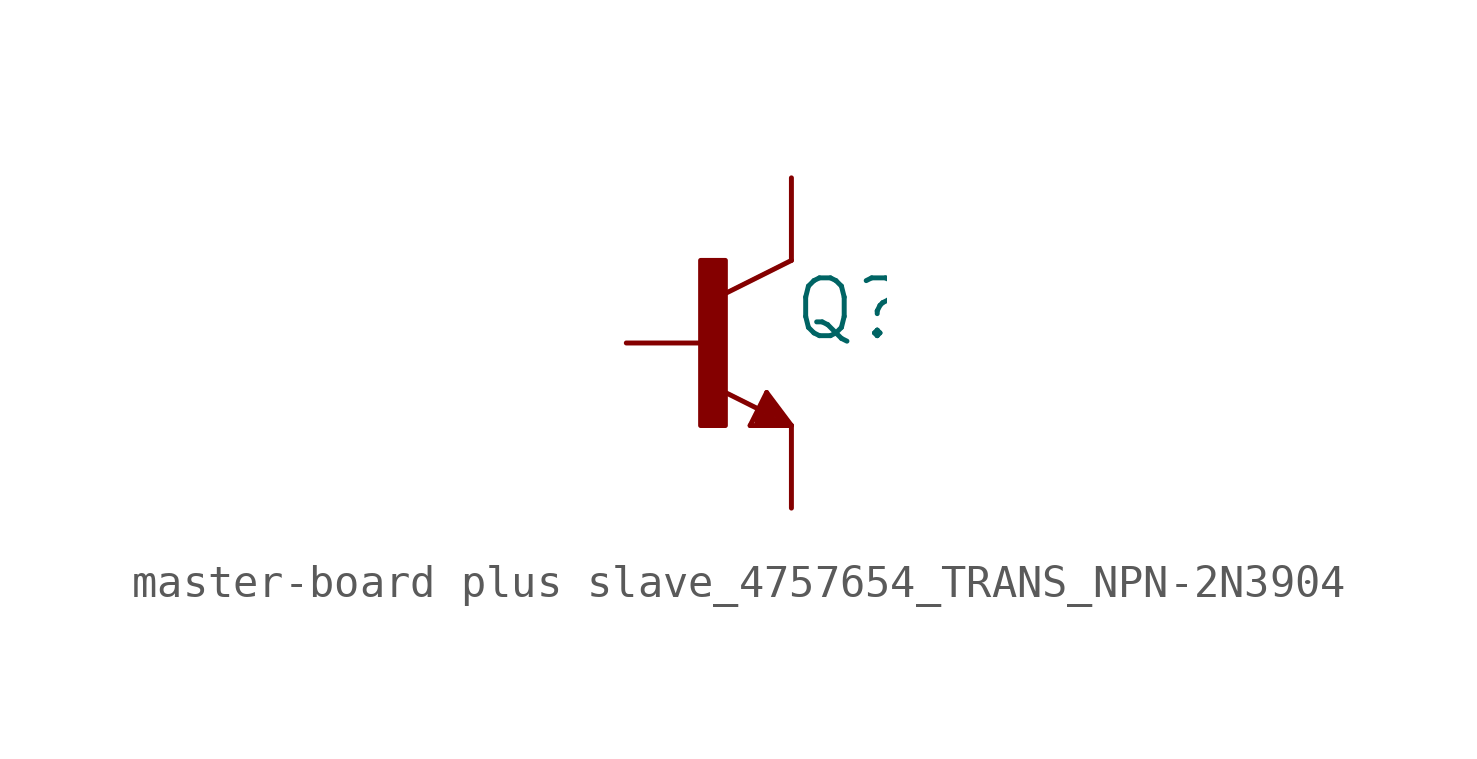
<source format=kicad_sym>
(kicad_symbol_lib
  (version 20241209)
  (generator "kicad_symbol_editor")
  (generator_version "9.0")
  (symbol "master-board plus slave_4757654_TRANS_NPN-2N3904"
    (property "Reference" "Q"
      (at 2.54 0 0)
      (effects (font (size 1.778 1.778)) (justify left bottom)))
    (property "Value" ""
      (at 2.54 -2.286 0)
      (effects (font (size 1.778 1.778)) (justify left bottom)))
    (property "ki_locked" ""
      (at 0 0 0)
      (effects (font (size 1.27 1.27))))
    (symbol "master-board plus slave_4757654_TRANS_NPN-2N3904_1_0"
      (rectangle (start -0.254 -2.54) (end 0.508 2.54) (stroke (width 0) (type default)) (fill (type outline)))
      (polyline (pts (xy 1.27 -2.54) (xy 1.778 -1.524)) (stroke (width 0.152) (type solid)) (fill (type none)))
      (polyline (pts (xy 1.524 -2.286) (xy 1.905 -2.286)) (stroke (width 0.254) (type solid)) (fill (type none)))
      (polyline (pts (xy 1.524 -2.413) (xy 2.286 -2.413)) (stroke (width 0.254) (type solid)) (fill (type none)))
      (polyline (pts (xy 1.54 -2.04) (xy 0.308 -1.424)) (stroke (width 0.152) (type solid)) (fill (type none)))
      (polyline (pts (xy 1.778 -1.524) (xy 2.54 -2.54)) (stroke (width 0.152) (type solid)) (fill (type none)))
      (polyline (pts (xy 1.778 -1.778) (xy 1.524 -2.286)) (stroke (width 0.254) (type solid)) (fill (type none)))
      (polyline (pts (xy 1.905 -2.286) (xy 1.778 -2.032)) (stroke (width 0.254) (type solid)) (fill (type none)))
      (polyline (pts (xy 2.286 -2.413) (xy 1.778 -1.778)) (stroke (width 0.254) (type solid)) (fill (type none)))
      (polyline (pts (xy 2.54 2.54) (xy 0.508 1.524)) (stroke (width 0.152) (type solid)) (fill (type none)))
      (polyline (pts (xy 2.54 -2.54) (xy 1.27 -2.54)) (stroke (width 0.152) (type solid)) (fill (type none)))
      (pin passive line (at -2.54 0 0) (length 2.54) (name "B" (effects (font (size 0 0)))) (number "2" (effects (font (size 0 0)))))
      (pin passive line (at 2.54 5.08 270) (length 2.54) (name "C" (effects (font (size 0 0)))) (number "3" (effects (font (size 0 0)))))
      (pin passive line (at 2.54 -5.08 90) (length 2.54) (name "E" (effects (font (size 0 0)))) (number "1" (effects (font (size 0 0))))))))
</source>
